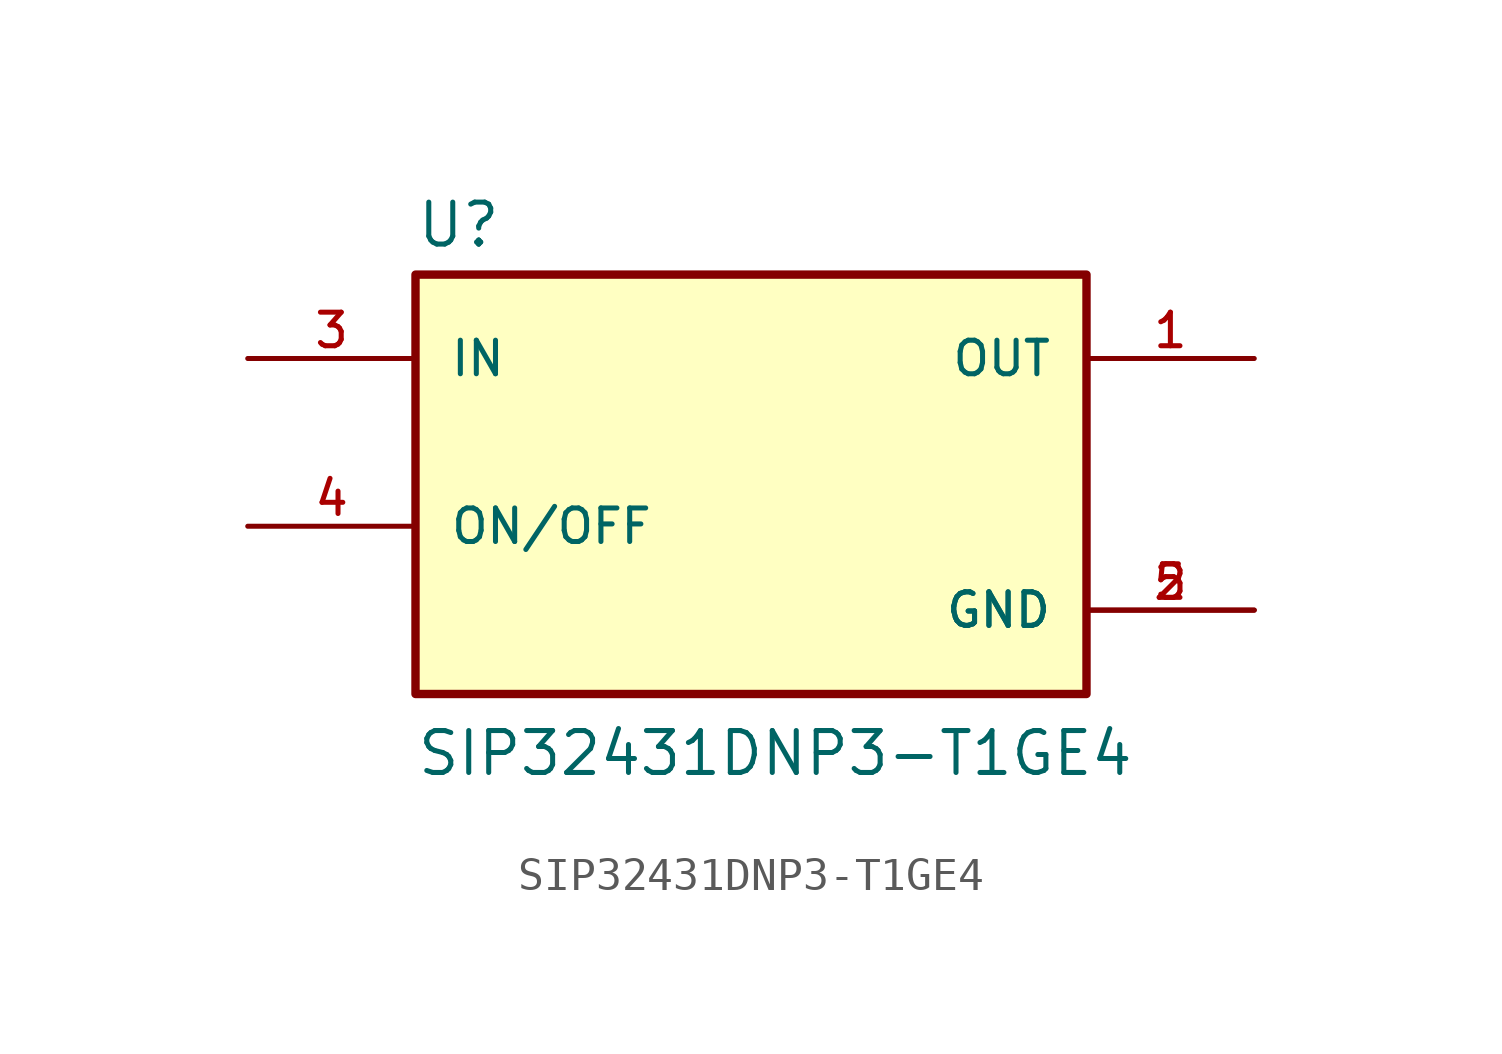
<source format=kicad_sym>
(kicad_symbol_lib
  (version 20211014)
  (generator kicad_symbol_editor)
  (symbol "SIP32431DNP3-T1GE4"
    (pin_names
      (offset 1.016))
    (property "Reference" "U"
      (at -10.16 5.842 0)
      (effects (font (size 1.27 1.27)) (justify bottom left)))
    (property "Value" "SIP32431DNP3-T1GE4"
      (at -10.16 -10.16 0)
      (effects (font (size 1.27 1.27)) (justify bottom left)))
    (symbol "SIP32431DNP3-T1GE4_0_0"
      (rectangle (start -10.16 -7.62) (end 10.16 5.08) (stroke (width 0.254)) (fill (type background)))
      (pin input line (at -15.24 -2.54 0) (length 5.08) (name "ON/OFF" (effects (font (size 1.016 1.016)))) (number "4" (effects (font (size 1.016 1.016)))))
      (pin input line (at -15.24 2.54 0) (length 5.08) (name "IN" (effects (font (size 1.016 1.016)))) (number "3" (effects (font (size 1.016 1.016)))))
      (pin output line (at 15.24 2.54 180.0) (length 5.08) (name "OUT" (effects (font (size 1.016 1.016)))) (number "1" (effects (font (size 1.016 1.016)))))
      (pin power_in line (at 15.24 -5.08 180.0) (length 5.08) (name "GND" (effects (font (size 1.016 1.016)))) (number "2" (effects (font (size 1.016 1.016)))))
      (pin power_in line (at 15.24 -5.08 180.0) (length 5.08) (name "GND" (effects (font (size 1.016 1.016)))) (number "5" (effects (font (size 1.016 1.016))))))))
</source>
